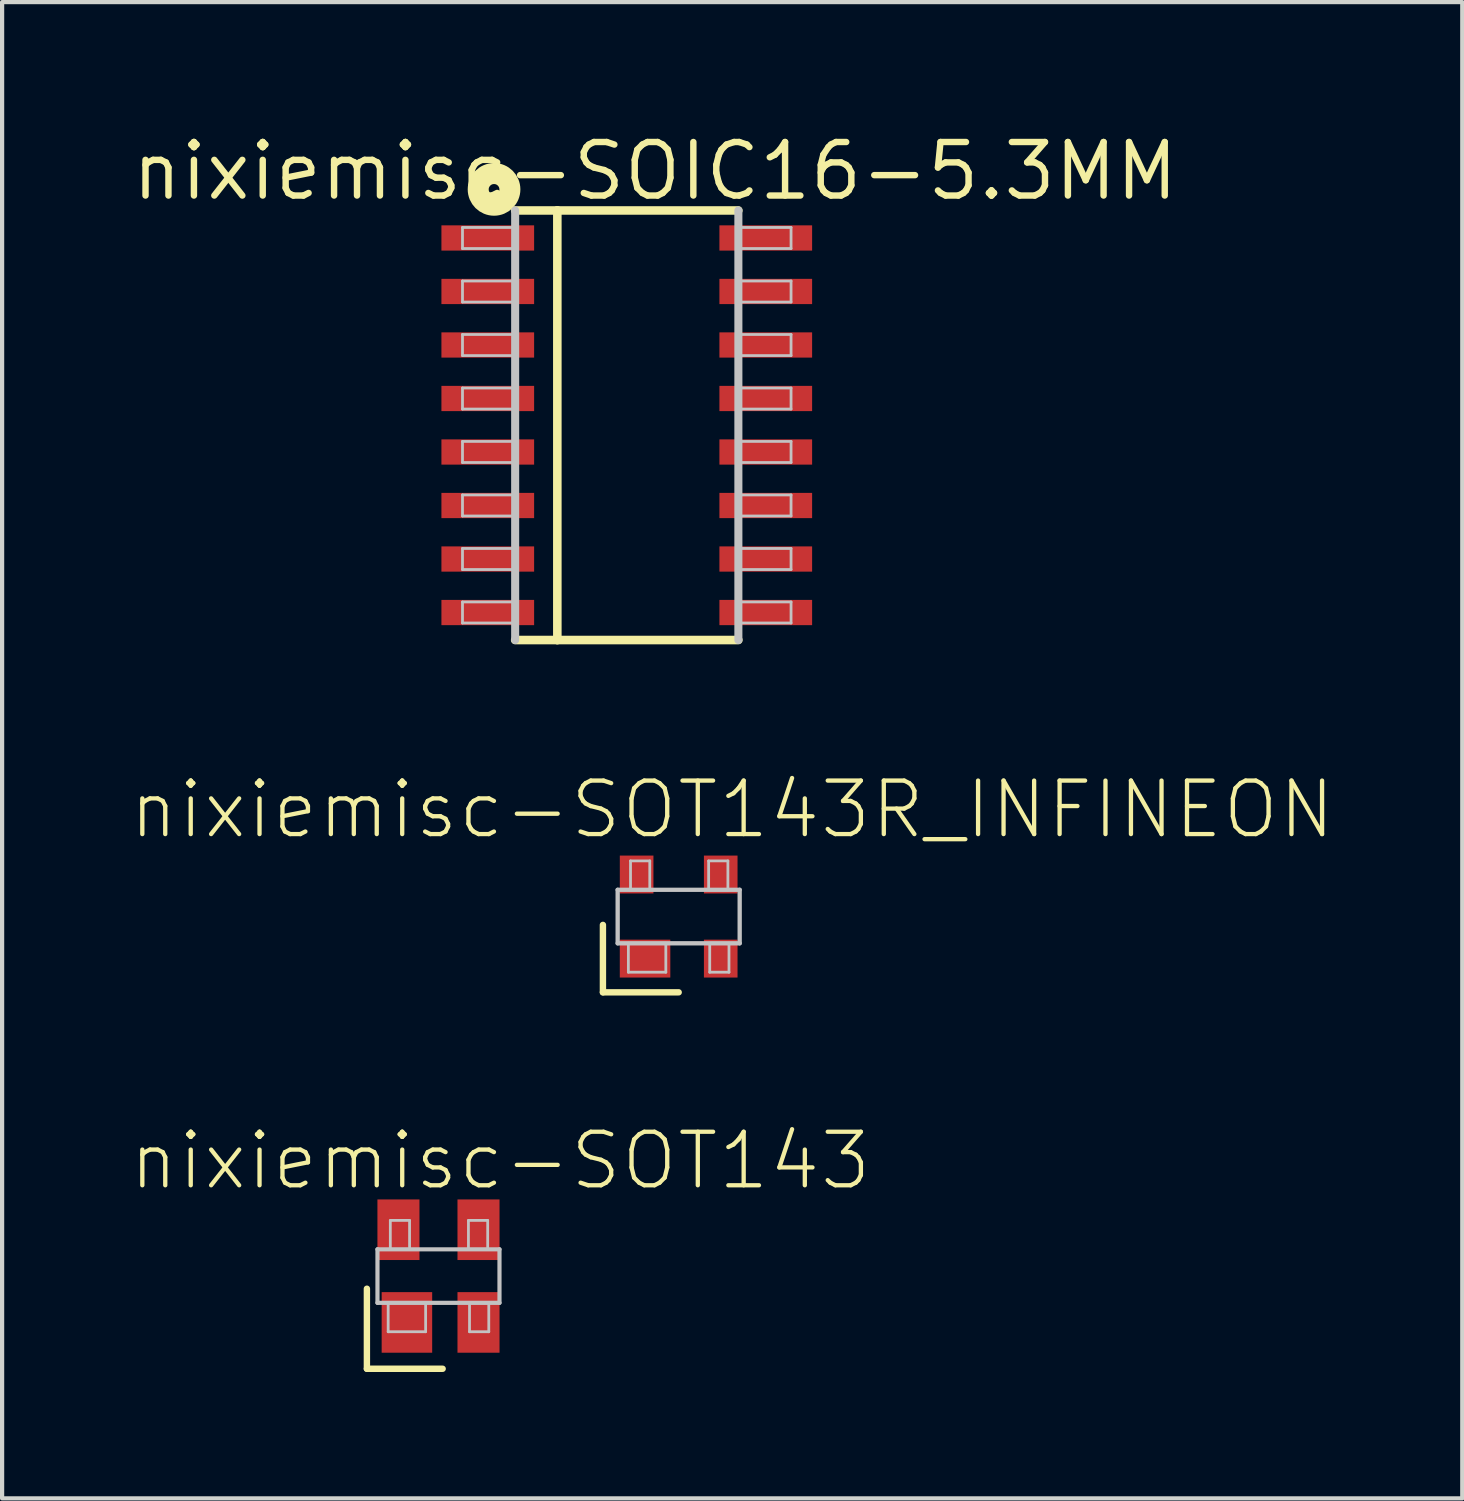
<source format=kicad_pcb>
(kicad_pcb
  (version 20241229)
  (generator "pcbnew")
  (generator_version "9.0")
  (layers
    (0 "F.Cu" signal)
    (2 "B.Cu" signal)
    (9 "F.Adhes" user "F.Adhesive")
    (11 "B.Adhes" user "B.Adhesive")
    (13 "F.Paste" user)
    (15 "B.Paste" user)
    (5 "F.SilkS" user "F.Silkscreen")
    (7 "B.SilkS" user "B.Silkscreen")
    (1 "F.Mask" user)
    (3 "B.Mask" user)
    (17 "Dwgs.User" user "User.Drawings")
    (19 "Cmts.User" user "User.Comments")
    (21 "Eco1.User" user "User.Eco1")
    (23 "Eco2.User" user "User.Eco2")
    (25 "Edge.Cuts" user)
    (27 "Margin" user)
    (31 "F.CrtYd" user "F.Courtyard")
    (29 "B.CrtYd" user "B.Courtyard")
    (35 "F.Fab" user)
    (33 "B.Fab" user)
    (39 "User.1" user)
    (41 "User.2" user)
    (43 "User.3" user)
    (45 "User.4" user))
  (footprint "nixiemisc-SOT143R_INFINEON"
    (layer "F.Cu")
    (at 13.058 18.704)
    (property "Reference" "nixiemisc-SOT143R_INFINEON" (at 1.27 -2.54 0) (layer "F.SilkS") (effects (font (size 1.27 1.27) (thickness 0.102))))
    (attr smd)
    (fp_line (start -1.798 0.198) (end -1.798 1.798) (stroke (width 0.152) (type solid)) (layer "F.SilkS"))
    (fp_line (start -1.798 1.798) (end 0 1.798) (stroke (width 0.152) (type solid)) (layer "F.SilkS"))
    (fp_line (start -1.448 -0.635) (end 1.448 -0.635) (stroke (width 0.102) (type solid)) (layer "Dwgs.User"))
    (fp_line (start -1.448 0.635) (end -1.448 -0.635) (stroke (width 0.102) (type solid)) (layer "Dwgs.User"))
    (fp_line (start -1.194 0.635) (end -0.305 0.635) (stroke (width 0.066) (type solid)) (layer "Dwgs.User"))
    (fp_line (start -1.194 1.321) (end -1.194 0.635) (stroke (width 0.066) (type solid)) (layer "Dwgs.User"))
    (fp_line (start -1.194 1.321) (end -0.305 1.321) (stroke (width 0.066) (type solid)) (layer "Dwgs.User"))
    (fp_line (start -1.143 -1.321) (end -0.686 -1.321) (stroke (width 0.066) (type solid)) (layer "Dwgs.User"))
    (fp_line (start -1.143 -0.635) (end -1.143 -1.321) (stroke (width 0.066) (type solid)) (layer "Dwgs.User"))
    (fp_line (start -1.143 -0.635) (end -0.686 -0.635) (stroke (width 0.066) (type solid)) (layer "Dwgs.User"))
    (fp_line (start -0.686 -0.635) (end -0.686 -1.321) (stroke (width 0.066) (type solid)) (layer "Dwgs.User"))
    (fp_line (start -0.305 1.321) (end -0.305 0.635) (stroke (width 0.066) (type solid)) (layer "Dwgs.User"))
    (fp_line (start 0.711 -1.321) (end 1.168 -1.321) (stroke (width 0.066) (type solid)) (layer "Dwgs.User"))
    (fp_line (start 0.711 -0.635) (end 0.711 -1.321) (stroke (width 0.066) (type solid)) (layer "Dwgs.User"))
    (fp_line (start 0.711 -0.635) (end 1.168 -0.635) (stroke (width 0.066) (type solid)) (layer "Dwgs.User"))
    (fp_line (start 0.737 0.635) (end 1.194 0.635) (stroke (width 0.066) (type solid)) (layer "Dwgs.User"))
    (fp_line (start 0.737 1.321) (end 0.737 0.635) (stroke (width 0.066) (type solid)) (layer "Dwgs.User"))
    (fp_line (start 0.737 1.321) (end 1.194 1.321) (stroke (width 0.066) (type solid)) (layer "Dwgs.User"))
    (fp_line (start 1.168 -0.635) (end 1.168 -1.321) (stroke (width 0.066) (type solid)) (layer "Dwgs.User"))
    (fp_line (start 1.194 1.321) (end 1.194 0.635) (stroke (width 0.066) (type solid)) (layer "Dwgs.User"))
    (fp_line (start 1.448 0.635) (end -1.448 0.635) (stroke (width 0.102) (type solid)) (layer "Dwgs.User"))
    (fp_line (start 1.448 0.635) (end 1.448 -0.635) (stroke (width 0.102) (type solid)) (layer "Dwgs.User"))
    (pad "1" smd rect (at -0.798 0.998) (size 1.199 0.899) (layers "F.Cu" "F.Mask" "F.Paste"))
    (pad "2" smd rect (at 0.998 0.998) (size 0.798 0.899) (layers "F.Cu" "F.Mask" "F.Paste"))
    (pad "3" smd rect (at 0.998 -0.998) (size 0.798 0.899) (layers "F.Cu" "F.Mask" "F.Paste"))
    (pad "4" smd rect (at -0.998 -0.998) (size 0.798 0.899) (layers "F.Cu" "F.Mask" "F.Paste")))
  (footprint "nixiemisc-SOT143"
    (layer "F.Cu")
    (at 7.357 27.237)
    (property "Reference" "nixiemisc-SOT143" (at 1.468 -2.738 0) (layer "F.SilkS") (effects (font (size 1.27 1.27) (thickness 0.102))))
    (attr smd)
    (fp_line (start -1.699 0.3) (end -1.699 2.2) (stroke (width 0.152) (type solid)) (layer "F.SilkS"))
    (fp_line (start -1.699 2.2) (end 0.099 2.2) (stroke (width 0.152) (type solid)) (layer "F.SilkS"))
    (fp_line (start -1.448 -0.635) (end 1.448 -0.635) (stroke (width 0.099) (type solid)) (layer "Dwgs.User"))
    (fp_line (start -1.448 0.635) (end -1.448 -0.635) (stroke (width 0.099) (type solid)) (layer "Dwgs.User"))
    (fp_line (start -1.448 0.635) (end 1.448 0.635) (stroke (width 0.099) (type solid)) (layer "Dwgs.User"))
    (fp_line (start -1.194 0.635) (end -0.305 0.635) (stroke (width 0.066) (type solid)) (layer "Dwgs.User"))
    (fp_line (start -1.194 1.321) (end -1.194 0.635) (stroke (width 0.066) (type solid)) (layer "Dwgs.User"))
    (fp_line (start -1.194 1.321) (end -0.305 1.321) (stroke (width 0.066) (type solid)) (layer "Dwgs.User"))
    (fp_line (start -1.143 -1.321) (end -0.686 -1.321) (stroke (width 0.066) (type solid)) (layer "Dwgs.User"))
    (fp_line (start -1.143 -0.635) (end -1.143 -1.321) (stroke (width 0.066) (type solid)) (layer "Dwgs.User"))
    (fp_line (start -1.143 -0.635) (end -0.686 -0.635) (stroke (width 0.066) (type solid)) (layer "Dwgs.User"))
    (fp_line (start -0.686 -0.635) (end -0.686 -1.321) (stroke (width 0.066) (type solid)) (layer "Dwgs.User"))
    (fp_line (start -0.305 1.321) (end -0.305 0.635) (stroke (width 0.066) (type solid)) (layer "Dwgs.User"))
    (fp_line (start 0.711 -1.321) (end 1.168 -1.321) (stroke (width 0.066) (type solid)) (layer "Dwgs.User"))
    (fp_line (start 0.711 -0.635) (end 0.711 -1.321) (stroke (width 0.066) (type solid)) (layer "Dwgs.User"))
    (fp_line (start 0.711 -0.635) (end 1.168 -0.635) (stroke (width 0.066) (type solid)) (layer "Dwgs.User"))
    (fp_line (start 0.737 0.635) (end 1.194 0.635) (stroke (width 0.066) (type solid)) (layer "Dwgs.User"))
    (fp_line (start 0.737 1.321) (end 0.737 0.635) (stroke (width 0.066) (type solid)) (layer "Dwgs.User"))
    (fp_line (start 0.737 1.321) (end 1.194 1.321) (stroke (width 0.066) (type solid)) (layer "Dwgs.User"))
    (fp_line (start 1.168 -0.635) (end 1.168 -1.321) (stroke (width 0.066) (type solid)) (layer "Dwgs.User"))
    (fp_line (start 1.194 1.321) (end 1.194 0.635) (stroke (width 0.066) (type solid)) (layer "Dwgs.User"))
    (fp_line (start 1.448 0.635) (end 1.448 -0.635) (stroke (width 0.099) (type solid)) (layer "Dwgs.User"))
    (pad "1" smd rect (at -0.749 1.1) (size 1.199 1.438) (layers "F.Cu" "F.Mask" "F.Paste"))
    (pad "2" smd rect (at 0.95 1.1) (size 0.998 1.438) (layers "F.Cu" "F.Mask" "F.Paste"))
    (pad "3" smd rect (at 0.95 -1.1) (size 0.998 1.438) (layers "F.Cu" "F.Mask" "F.Paste"))
    (pad "4" smd rect (at -0.95 -1.1) (size 0.998 1.438) (layers "F.Cu" "F.Mask" "F.Paste")))
  (footprint "nixiemisc-SOIC16-5.3MM"
    (layer "F.Cu")
    (at 11.826 7.043)
    (property "Reference" "nixiemisc-SOIC16-5.3MM" (at 0.673 -6.032 0) (layer "F.SilkS") (effects (font (size 1.27 1.27) (thickness 0.152))))
    (attr smd)
    (fp_line (start -2.649 -5.098) (end -1.648 -5.098) (stroke (width 0.203) (type solid)) (layer "F.SilkS"))
    (fp_line (start -1.648 -5.098) (end 2.649 -5.098) (stroke (width 0.203) (type solid)) (layer "F.SilkS"))
    (fp_line (start -1.648 5.098) (end -2.649 5.098) (stroke (width 0.203) (type solid)) (layer "F.SilkS"))
    (fp_line (start -1.648 5.098) (end -1.648 -5.098) (stroke (width 0.203) (type solid)) (layer "F.SilkS"))
    (fp_line (start 2.649 5.098) (end -1.648 5.098) (stroke (width 0.203) (type solid)) (layer "F.SilkS"))
    (fp_circle (center -3.15 -5.598) (end -3.15 -5.725) (stroke (width 0.498) (type solid)) (fill no) (layer "F.SilkS"))
    (fp_line (start -3.899 -4.194) (end -3.899 -4.694) (stroke (width 0.066) (type solid)) (layer "Dwgs.User"))
    (fp_line (start -3.899 -2.924) (end -3.899 -3.424) (stroke (width 0.066) (type solid)) (layer "Dwgs.User"))
    (fp_line (start -3.899 -1.654) (end -3.899 -2.154) (stroke (width 0.066) (type solid)) (layer "Dwgs.User"))
    (fp_line (start -3.899 -0.384) (end -3.899 -0.884) (stroke (width 0.066) (type solid)) (layer "Dwgs.User"))
    (fp_line (start -3.899 0.884) (end -3.899 0.384) (stroke (width 0.066) (type solid)) (layer "Dwgs.User"))
    (fp_line (start -3.899 2.154) (end -3.899 1.654) (stroke (width 0.066) (type solid)) (layer "Dwgs.User"))
    (fp_line (start -3.899 3.424) (end -3.899 2.924) (stroke (width 0.066) (type solid)) (layer "Dwgs.User"))
    (fp_line (start -3.899 4.694) (end -3.899 4.194) (stroke (width 0.066) (type solid)) (layer "Dwgs.User"))
    (fp_line (start -2.649 -5.098) (end -2.649 5.098) (stroke (width 0.191) (type solid)) (layer "Dwgs.User"))
    (fp_line (start -2.649 -4.694) (end -3.899 -4.694) (stroke (width 0.066) (type solid)) (layer "Dwgs.User"))
    (fp_line (start -2.649 -4.194) (end -3.899 -4.194) (stroke (width 0.066) (type solid)) (layer "Dwgs.User"))
    (fp_line (start -2.649 -4.194) (end -2.649 -4.694) (stroke (width 0.066) (type solid)) (layer "Dwgs.User"))
    (fp_line (start -2.649 -3.424) (end -3.899 -3.424) (stroke (width 0.066) (type solid)) (layer "Dwgs.User"))
    (fp_line (start -2.649 -2.924) (end -3.899 -2.924) (stroke (width 0.066) (type solid)) (layer "Dwgs.User"))
    (fp_line (start -2.649 -2.924) (end -2.649 -3.424) (stroke (width 0.066) (type solid)) (layer "Dwgs.User"))
    (fp_line (start -2.649 -2.154) (end -3.899 -2.154) (stroke (width 0.066) (type solid)) (layer "Dwgs.User"))
    (fp_line (start -2.649 -1.654) (end -3.899 -1.654) (stroke (width 0.066) (type solid)) (layer "Dwgs.User"))
    (fp_line (start -2.649 -1.654) (end -2.649 -2.154) (stroke (width 0.066) (type solid)) (layer "Dwgs.User"))
    (fp_line (start -2.649 -0.884) (end -3.899 -0.884) (stroke (width 0.066) (type solid)) (layer "Dwgs.User"))
    (fp_line (start -2.649 -0.384) (end -3.899 -0.384) (stroke (width 0.066) (type solid)) (layer "Dwgs.User"))
    (fp_line (start -2.649 -0.384) (end -2.649 -0.884) (stroke (width 0.066) (type solid)) (layer "Dwgs.User"))
    (fp_line (start -2.649 0.384) (end -3.899 0.384) (stroke (width 0.066) (type solid)) (layer "Dwgs.User"))
    (fp_line (start -2.649 0.884) (end -3.899 0.884) (stroke (width 0.066) (type solid)) (layer "Dwgs.User"))
    (fp_line (start -2.649 0.884) (end -2.649 0.384) (stroke (width 0.066) (type solid)) (layer "Dwgs.User"))
    (fp_line (start -2.649 1.654) (end -3.899 1.654) (stroke (width 0.066) (type solid)) (layer "Dwgs.User"))
    (fp_line (start -2.649 2.154) (end -3.899 2.154) (stroke (width 0.066) (type solid)) (layer "Dwgs.User"))
    (fp_line (start -2.649 2.154) (end -2.649 1.654) (stroke (width 0.066) (type solid)) (layer "Dwgs.User"))
    (fp_line (start -2.649 2.924) (end -3.899 2.924) (stroke (width 0.066) (type solid)) (layer "Dwgs.User"))
    (fp_line (start -2.649 3.424) (end -3.899 3.424) (stroke (width 0.066) (type solid)) (layer "Dwgs.User"))
    (fp_line (start -2.649 3.424) (end -2.649 2.924) (stroke (width 0.066) (type solid)) (layer "Dwgs.User"))
    (fp_line (start -2.649 4.194) (end -3.899 4.194) (stroke (width 0.066) (type solid)) (layer "Dwgs.User"))
    (fp_line (start -2.649 4.694) (end -3.899 4.694) (stroke (width 0.066) (type solid)) (layer "Dwgs.User"))
    (fp_line (start -2.649 4.694) (end -2.649 4.194) (stroke (width 0.066) (type solid)) (layer "Dwgs.User"))
    (fp_line (start 2.649 -5.098) (end 2.649 5.098) (stroke (width 0.191) (type solid)) (layer "Dwgs.User"))
    (fp_line (start 2.649 -4.694) (end 2.649 -4.194) (stroke (width 0.066) (type solid)) (layer "Dwgs.User"))
    (fp_line (start 2.649 -4.694) (end 3.899 -4.694) (stroke (width 0.066) (type solid)) (layer "Dwgs.User"))
    (fp_line (start 2.649 -4.194) (end 3.899 -4.194) (stroke (width 0.066) (type solid)) (layer "Dwgs.User"))
    (fp_line (start 2.649 -3.424) (end 2.649 -2.924) (stroke (width 0.066) (type solid)) (layer "Dwgs.User"))
    (fp_line (start 2.649 -3.424) (end 3.899 -3.424) (stroke (width 0.066) (type solid)) (layer "Dwgs.User"))
    (fp_line (start 2.649 -2.924) (end 3.899 -2.924) (stroke (width 0.066) (type solid)) (layer "Dwgs.User"))
    (fp_line (start 2.649 -2.154) (end 2.649 -1.654) (stroke (width 0.066) (type solid)) (layer "Dwgs.User"))
    (fp_line (start 2.649 -2.154) (end 3.899 -2.154) (stroke (width 0.066) (type solid)) (layer "Dwgs.User"))
    (fp_line (start 2.649 -1.654) (end 3.899 -1.654) (stroke (width 0.066) (type solid)) (layer "Dwgs.User"))
    (fp_line (start 2.649 -0.884) (end 2.649 -0.384) (stroke (width 0.066) (type solid)) (layer "Dwgs.User"))
    (fp_line (start 2.649 -0.884) (end 3.899 -0.884) (stroke (width 0.066) (type solid)) (layer "Dwgs.User"))
    (fp_line (start 2.649 -0.384) (end 3.899 -0.384) (stroke (width 0.066) (type solid)) (layer "Dwgs.User"))
    (fp_line (start 2.649 0.384) (end 2.649 0.884) (stroke (width 0.066) (type solid)) (layer "Dwgs.User"))
    (fp_line (start 2.649 0.384) (end 3.899 0.384) (stroke (width 0.066) (type solid)) (layer "Dwgs.User"))
    (fp_line (start 2.649 0.884) (end 3.899 0.884) (stroke (width 0.066) (type solid)) (layer "Dwgs.User"))
    (fp_line (start 2.649 1.654) (end 2.649 2.154) (stroke (width 0.066) (type solid)) (layer "Dwgs.User"))
    (fp_line (start 2.649 1.654) (end 3.899 1.654) (stroke (width 0.066) (type solid)) (layer "Dwgs.User"))
    (fp_line (start 2.649 2.154) (end 3.899 2.154) (stroke (width 0.066) (type solid)) (layer "Dwgs.User"))
    (fp_line (start 2.649 2.924) (end 2.649 3.424) (stroke (width 0.066) (type solid)) (layer "Dwgs.User"))
    (fp_line (start 2.649 2.924) (end 3.899 2.924) (stroke (width 0.066) (type solid)) (layer "Dwgs.User"))
    (fp_line (start 2.649 3.424) (end 3.899 3.424) (stroke (width 0.066) (type solid)) (layer "Dwgs.User"))
    (fp_line (start 2.649 4.194) (end 2.649 4.694) (stroke (width 0.066) (type solid)) (layer "Dwgs.User"))
    (fp_line (start 2.649 4.194) (end 3.899 4.194) (stroke (width 0.066) (type solid)) (layer "Dwgs.User"))
    (fp_line (start 2.649 4.694) (end 3.899 4.694) (stroke (width 0.066) (type solid)) (layer "Dwgs.User"))
    (fp_line (start 3.899 -4.694) (end 3.899 -4.194) (stroke (width 0.066) (type solid)) (layer "Dwgs.User"))
    (fp_line (start 3.899 -3.424) (end 3.899 -2.924) (stroke (width 0.066) (type solid)) (layer "Dwgs.User"))
    (fp_line (start 3.899 -2.154) (end 3.899 -1.654) (stroke (width 0.066) (type solid)) (layer "Dwgs.User"))
    (fp_line (start 3.899 -0.884) (end 3.899 -0.384) (stroke (width 0.066) (type solid)) (layer "Dwgs.User"))
    (fp_line (start 3.899 0.384) (end 3.899 0.884) (stroke (width 0.066) (type solid)) (layer "Dwgs.User"))
    (fp_line (start 3.899 1.654) (end 3.899 2.154) (stroke (width 0.066) (type solid)) (layer "Dwgs.User"))
    (fp_line (start 3.899 2.924) (end 3.899 3.424) (stroke (width 0.066) (type solid)) (layer "Dwgs.User"))
    (fp_line (start 3.899 4.194) (end 3.899 4.694) (stroke (width 0.066) (type solid)) (layer "Dwgs.User"))
    (pad "1" smd rect (at -3.299 -4.445 270) (size 0.599 2.2) (layers "F.Cu" "F.Mask" "F.Paste"))
    (pad "2" smd rect (at -3.299 -3.175 270) (size 0.599 2.2) (layers "F.Cu" "F.Mask" "F.Paste"))
    (pad "3" smd rect (at -3.299 -1.905 270) (size 0.599 2.2) (layers "F.Cu" "F.Mask" "F.Paste"))
    (pad "4" smd rect (at -3.299 -0.635 270) (size 0.599 2.2) (layers "F.Cu" "F.Mask" "F.Paste"))
    (pad "5" smd rect (at -3.299 0.635 270) (size 0.599 2.2) (layers "F.Cu" "F.Mask" "F.Paste"))
    (pad "6" smd rect (at -3.299 1.905 270) (size 0.599 2.2) (layers "F.Cu" "F.Mask" "F.Paste"))
    (pad "7" smd rect (at -3.299 3.175 270) (size 0.599 2.2) (layers "F.Cu" "F.Mask" "F.Paste"))
    (pad "8" smd rect (at -3.299 4.445 270) (size 0.599 2.2) (layers "F.Cu" "F.Mask" "F.Paste"))
    (pad "9" smd rect (at 3.299 4.445 270) (size 0.599 2.2) (layers "F.Cu" "F.Mask" "F.Paste"))
    (pad "10" smd rect (at 3.299 3.175 270) (size 0.599 2.2) (layers "F.Cu" "F.Mask" "F.Paste"))
    (pad "11" smd rect (at 3.299 1.905 270) (size 0.599 2.2) (layers "F.Cu" "F.Mask" "F.Paste"))
    (pad "12" smd rect (at 3.299 0.635 270) (size 0.599 2.2) (layers "F.Cu" "F.Mask" "F.Paste"))
    (pad "13" smd rect (at 3.299 -0.635 270) (size 0.599 2.2) (layers "F.Cu" "F.Mask" "F.Paste"))
    (pad "14" smd rect (at 3.299 -1.905 270) (size 0.599 2.2) (layers "F.Cu" "F.Mask" "F.Paste"))
    (pad "15" smd rect (at 3.299 -3.175 270) (size 0.599 2.2) (layers "F.Cu" "F.Mask" "F.Paste"))
    (pad "16" smd rect (at 3.299 -4.445 270) (size 0.599 2.2) (layers "F.Cu" "F.Mask" "F.Paste")))
  (gr_rect
    (start -3 -3)
    (end 31.656 32.513)
    (stroke (width 0.1) (type default))
    (fill no)
    (layer "Edge.Cuts")))
</source>
